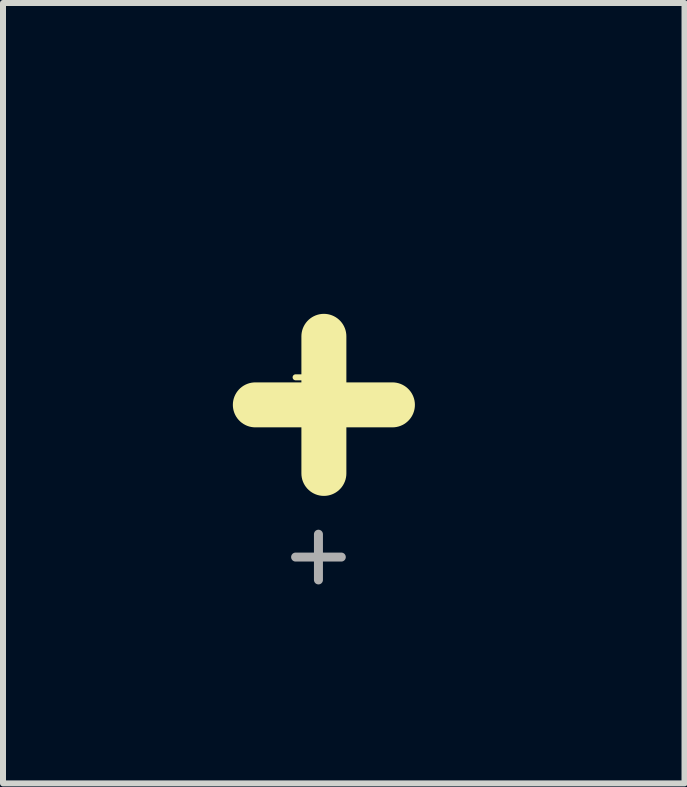
<source format=kicad_pcb>
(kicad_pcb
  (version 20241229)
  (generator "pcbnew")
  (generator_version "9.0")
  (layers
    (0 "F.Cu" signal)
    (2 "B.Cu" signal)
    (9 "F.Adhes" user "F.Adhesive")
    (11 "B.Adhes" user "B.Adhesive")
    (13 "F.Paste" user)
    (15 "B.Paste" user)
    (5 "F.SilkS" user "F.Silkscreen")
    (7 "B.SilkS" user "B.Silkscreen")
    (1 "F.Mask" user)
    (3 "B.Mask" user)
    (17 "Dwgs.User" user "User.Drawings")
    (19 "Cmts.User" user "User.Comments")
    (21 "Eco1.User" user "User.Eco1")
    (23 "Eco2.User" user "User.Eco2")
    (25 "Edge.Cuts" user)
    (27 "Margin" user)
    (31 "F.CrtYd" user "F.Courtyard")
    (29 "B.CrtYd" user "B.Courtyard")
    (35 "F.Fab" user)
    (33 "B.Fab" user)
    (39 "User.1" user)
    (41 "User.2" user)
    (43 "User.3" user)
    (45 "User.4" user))
  (footprint "+"
    (layer "F.Cu")
    (at 2.26 3.665)
    (property "Reference" "+" (at 0 -0.5 0) (unlocked yes) (layer "F.SilkS") (effects (font (size 1 1) (thickness 0.1))))
    (attr smd)
    (fp_text user "+" (at -2.26 1.585 0) (unlocked yes) (layer "F.SilkS") (effects (font (size 3 3) (thickness 0.75) (bold yes)) (justify left bottom)))
    (fp_text user "${REFERENCE}" (at 0 2.5 0) (unlocked yes) (layer "F.Fab") (effects (font (size 1 1) (thickness 0.15)))))
  (gr_rect
    (start -3 -3)
    (end 8.364 10.013)
    (stroke (width 0.1) (type default))
    (fill no)
    (layer "Edge.Cuts")))
</source>
